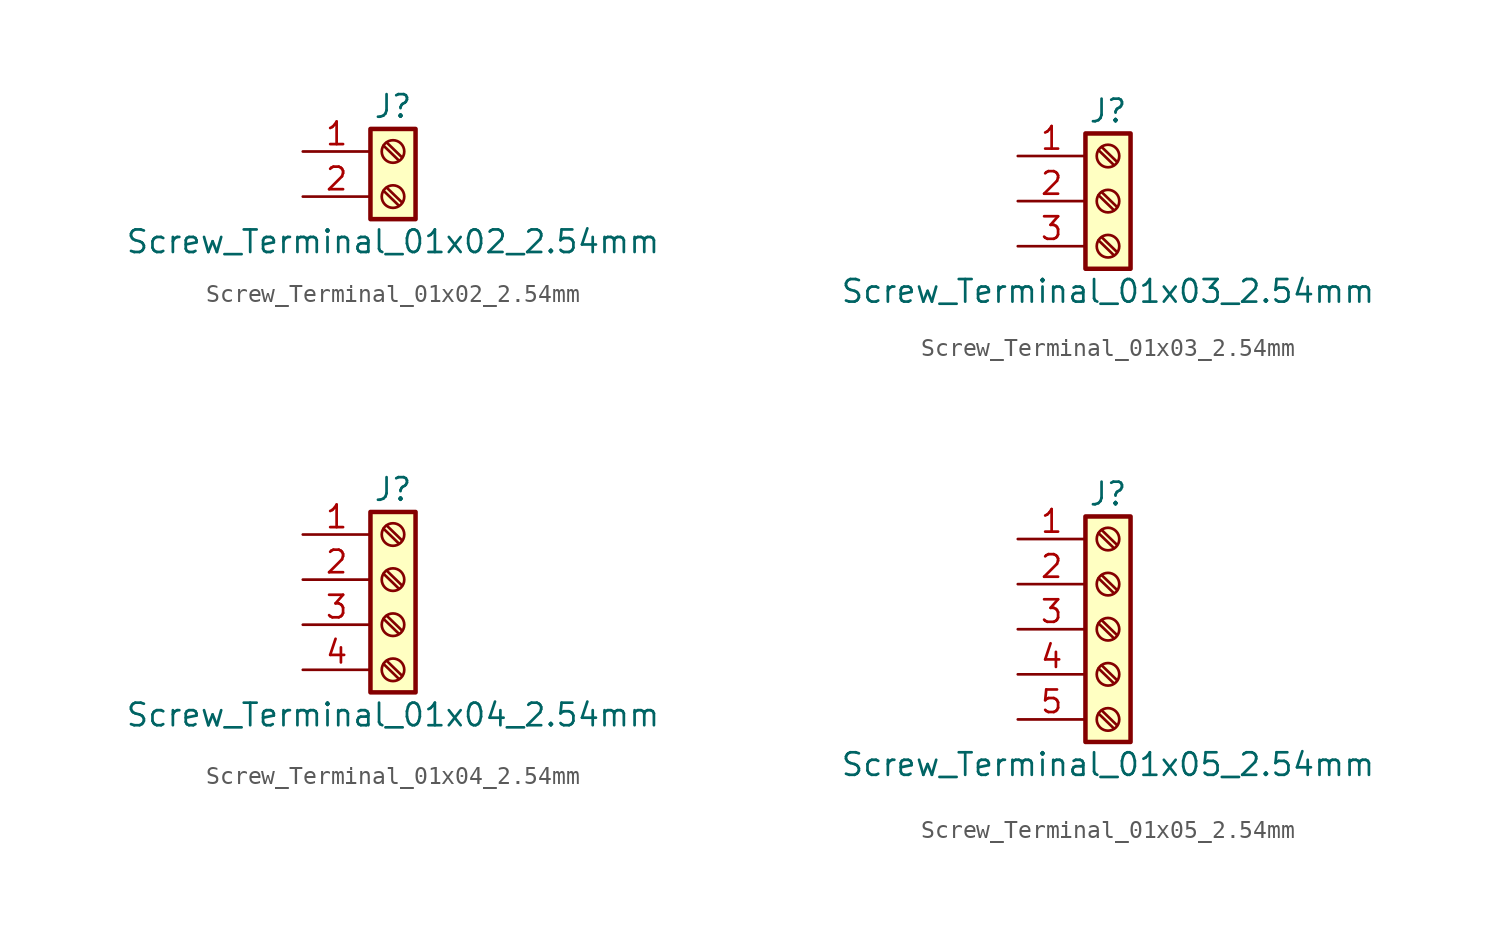
<source format=kicad_sym>
(kicad_symbol_lib
  (version 20231120)
  (generator "kicad_symbol_editor")
  (generator_version "8.0")
  (symbol "Screw_Terminal_01x02_2.54mm"
    (pin_names
      (offset 1.016) hide)
    (property "Reference" "J"
      (at 0 2.54 0)
      (effects (font (size 1.27 1.27))))
    (property "Value" "Screw_Terminal_01x02_2.54mm"
      (at 0 -5.08 0)
      (effects (font (size 1.27 1.27))))
    (symbol "Screw_Terminal_01x02_2.54mm_1_1"
      (rectangle (start -1.27 1.27) (end 1.27 -3.81) (stroke (width 0.254) (type default)) (fill (type background)))
      (circle (center 0 -2.54) (radius 0.635) (stroke (width 0.152) (type default)) (fill (type none)))
      (polyline (pts (xy -0.533 -2.21) (xy 0.33 -3.048)) (stroke (width 0.152) (type default)) (fill (type none)))
      (polyline (pts (xy -0.533 0.33) (xy 0.33 -0.508)) (stroke (width 0.152) (type default)) (fill (type none)))
      (polyline (pts (xy -0.356 -2.032) (xy 0.508 -2.87)) (stroke (width 0.152) (type default)) (fill (type none)))
      (polyline (pts (xy -0.356 0.508) (xy 0.508 -0.33)) (stroke (width 0.152) (type default)) (fill (type none)))
      (circle (center 0 0) (radius 0.635) (stroke (width 0.152) (type default)) (fill (type none)))
      (pin passive line (at -5.08 0 0) (length 3.81) (name "Pin_1" (effects (font (size 1.27 1.27)))) (number "1" (effects (font (size 1.27 1.27)))))
      (pin passive line (at -5.08 -2.54 0) (length 3.81) (name "Pin_2" (effects (font (size 1.27 1.27)))) (number "2" (effects (font (size 1.27 1.27)))))))
  (symbol "Screw_Terminal_01x03_2.54mm"
    (pin_names
      (offset 1.016) hide)
    (property "Reference" "J"
      (at 0 5.08 0)
      (effects (font (size 1.27 1.27))))
    (property "Value" "Screw_Terminal_01x03_2.54mm"
      (at 0 -5.08 0)
      (effects (font (size 1.27 1.27))))
    (symbol "Screw_Terminal_01x03_2.54mm_1_1"
      (rectangle (start -1.27 3.81) (end 1.27 -3.81) (stroke (width 0.254) (type default)) (fill (type background)))
      (circle (center 0 -2.54) (radius 0.635) (stroke (width 0.152) (type default)) (fill (type none)))
      (polyline (pts (xy -0.533 -2.21) (xy 0.33 -3.048)) (stroke (width 0.152) (type default)) (fill (type none)))
      (polyline (pts (xy -0.533 0.33) (xy 0.33 -0.508)) (stroke (width 0.152) (type default)) (fill (type none)))
      (polyline (pts (xy -0.533 2.87) (xy 0.33 2.032)) (stroke (width 0.152) (type default)) (fill (type none)))
      (polyline (pts (xy -0.356 -2.032) (xy 0.508 -2.87)) (stroke (width 0.152) (type default)) (fill (type none)))
      (polyline (pts (xy -0.356 0.508) (xy 0.508 -0.33)) (stroke (width 0.152) (type default)) (fill (type none)))
      (polyline (pts (xy -0.356 3.048) (xy 0.508 2.21)) (stroke (width 0.152) (type default)) (fill (type none)))
      (circle (center 0 0) (radius 0.635) (stroke (width 0.152) (type default)) (fill (type none)))
      (circle (center 0 2.54) (radius 0.635) (stroke (width 0.152) (type default)) (fill (type none)))
      (pin passive line (at -5.08 2.54 0) (length 3.81) (name "Pin_1" (effects (font (size 1.27 1.27)))) (number "1" (effects (font (size 1.27 1.27)))))
      (pin passive line (at -5.08 0 0) (length 3.81) (name "Pin_2" (effects (font (size 1.27 1.27)))) (number "2" (effects (font (size 1.27 1.27)))))
      (pin passive line (at -5.08 -2.54 0) (length 3.81) (name "Pin_3" (effects (font (size 1.27 1.27)))) (number "3" (effects (font (size 1.27 1.27)))))))
  (symbol "Screw_Terminal_01x04_2.54mm"
    (pin_names
      (offset 1.016) hide)
    (property "Reference" "J"
      (at 0 5.08 0)
      (effects (font (size 1.27 1.27))))
    (property "Value" "Screw_Terminal_01x04_2.54mm"
      (at 0 -7.62 0)
      (effects (font (size 1.27 1.27))))
    (symbol "Screw_Terminal_01x04_2.54mm_1_1"
      (rectangle (start -1.27 3.81) (end 1.27 -6.35) (stroke (width 0.254) (type default)) (fill (type background)))
      (circle (center 0 -5.08) (radius 0.635) (stroke (width 0.152) (type default)) (fill (type none)))
      (circle (center 0 -2.54) (radius 0.635) (stroke (width 0.152) (type default)) (fill (type none)))
      (polyline (pts (xy -0.533 -4.75) (xy 0.33 -5.588)) (stroke (width 0.152) (type default)) (fill (type none)))
      (polyline (pts (xy -0.533 -2.21) (xy 0.33 -3.048)) (stroke (width 0.152) (type default)) (fill (type none)))
      (polyline (pts (xy -0.533 0.33) (xy 0.33 -0.508)) (stroke (width 0.152) (type default)) (fill (type none)))
      (polyline (pts (xy -0.533 2.87) (xy 0.33 2.032)) (stroke (width 0.152) (type default)) (fill (type none)))
      (polyline (pts (xy -0.356 -4.572) (xy 0.508 -5.41)) (stroke (width 0.152) (type default)) (fill (type none)))
      (polyline (pts (xy -0.356 -2.032) (xy 0.508 -2.87)) (stroke (width 0.152) (type default)) (fill (type none)))
      (polyline (pts (xy -0.356 0.508) (xy 0.508 -0.33)) (stroke (width 0.152) (type default)) (fill (type none)))
      (polyline (pts (xy -0.356 3.048) (xy 0.508 2.21)) (stroke (width 0.152) (type default)) (fill (type none)))
      (circle (center 0 0) (radius 0.635) (stroke (width 0.152) (type default)) (fill (type none)))
      (circle (center 0 2.54) (radius 0.635) (stroke (width 0.152) (type default)) (fill (type none)))
      (pin passive line (at -5.08 2.54 0) (length 3.81) (name "Pin_1" (effects (font (size 1.27 1.27)))) (number "1" (effects (font (size 1.27 1.27)))))
      (pin passive line (at -5.08 0 0) (length 3.81) (name "Pin_2" (effects (font (size 1.27 1.27)))) (number "2" (effects (font (size 1.27 1.27)))))
      (pin passive line (at -5.08 -2.54 0) (length 3.81) (name "Pin_3" (effects (font (size 1.27 1.27)))) (number "3" (effects (font (size 1.27 1.27)))))
      (pin passive line (at -5.08 -5.08 0) (length 3.81) (name "Pin_4" (effects (font (size 1.27 1.27)))) (number "4" (effects (font (size 1.27 1.27)))))))
  (symbol "Screw_Terminal_01x05_2.54mm"
    (pin_names
      (offset 1.016) hide)
    (property "Reference" "J"
      (at 0 7.62 0)
      (effects (font (size 1.27 1.27))))
    (property "Value" "Screw_Terminal_01x05_2.54mm"
      (at 0 -7.62 0)
      (effects (font (size 1.27 1.27))))
    (symbol "Screw_Terminal_01x05_2.54mm_1_1"
      (rectangle (start -1.27 6.35) (end 1.27 -6.35) (stroke (width 0.254) (type default)) (fill (type background)))
      (circle (center 0 -5.08) (radius 0.635) (stroke (width 0.152) (type default)) (fill (type none)))
      (circle (center 0 -2.54) (radius 0.635) (stroke (width 0.152) (type default)) (fill (type none)))
      (polyline (pts (xy -0.533 -4.75) (xy 0.33 -5.588)) (stroke (width 0.152) (type default)) (fill (type none)))
      (polyline (pts (xy -0.533 -2.21) (xy 0.33 -3.048)) (stroke (width 0.152) (type default)) (fill (type none)))
      (polyline (pts (xy -0.533 0.33) (xy 0.33 -0.508)) (stroke (width 0.152) (type default)) (fill (type none)))
      (polyline (pts (xy -0.533 2.87) (xy 0.33 2.032)) (stroke (width 0.152) (type default)) (fill (type none)))
      (polyline (pts (xy -0.533 5.41) (xy 0.33 4.572)) (stroke (width 0.152) (type default)) (fill (type none)))
      (polyline (pts (xy -0.356 -4.572) (xy 0.508 -5.41)) (stroke (width 0.152) (type default)) (fill (type none)))
      (polyline (pts (xy -0.356 -2.032) (xy 0.508 -2.87)) (stroke (width 0.152) (type default)) (fill (type none)))
      (polyline (pts (xy -0.356 0.508) (xy 0.508 -0.33)) (stroke (width 0.152) (type default)) (fill (type none)))
      (polyline (pts (xy -0.356 3.048) (xy 0.508 2.21)) (stroke (width 0.152) (type default)) (fill (type none)))
      (polyline (pts (xy -0.356 5.588) (xy 0.508 4.75)) (stroke (width 0.152) (type default)) (fill (type none)))
      (circle (center 0 0) (radius 0.635) (stroke (width 0.152) (type default)) (fill (type none)))
      (circle (center 0 2.54) (radius 0.635) (stroke (width 0.152) (type default)) (fill (type none)))
      (circle (center 0 5.08) (radius 0.635) (stroke (width 0.152) (type default)) (fill (type none)))
      (pin passive line (at -5.08 5.08 0) (length 3.81) (name "Pin_1" (effects (font (size 1.27 1.27)))) (number "1" (effects (font (size 1.27 1.27)))))
      (pin passive line (at -5.08 2.54 0) (length 3.81) (name "Pin_2" (effects (font (size 1.27 1.27)))) (number "2" (effects (font (size 1.27 1.27)))))
      (pin passive line (at -5.08 0 0) (length 3.81) (name "Pin_3" (effects (font (size 1.27 1.27)))) (number "3" (effects (font (size 1.27 1.27)))))
      (pin passive line (at -5.08 -2.54 0) (length 3.81) (name "Pin_4" (effects (font (size 1.27 1.27)))) (number "4" (effects (font (size 1.27 1.27)))))
      (pin passive line (at -5.08 -5.08 0) (length 3.81) (name "Pin_5" (effects (font (size 1.27 1.27)))) (number "5" (effects (font (size 1.27 1.27))))))))
</source>
